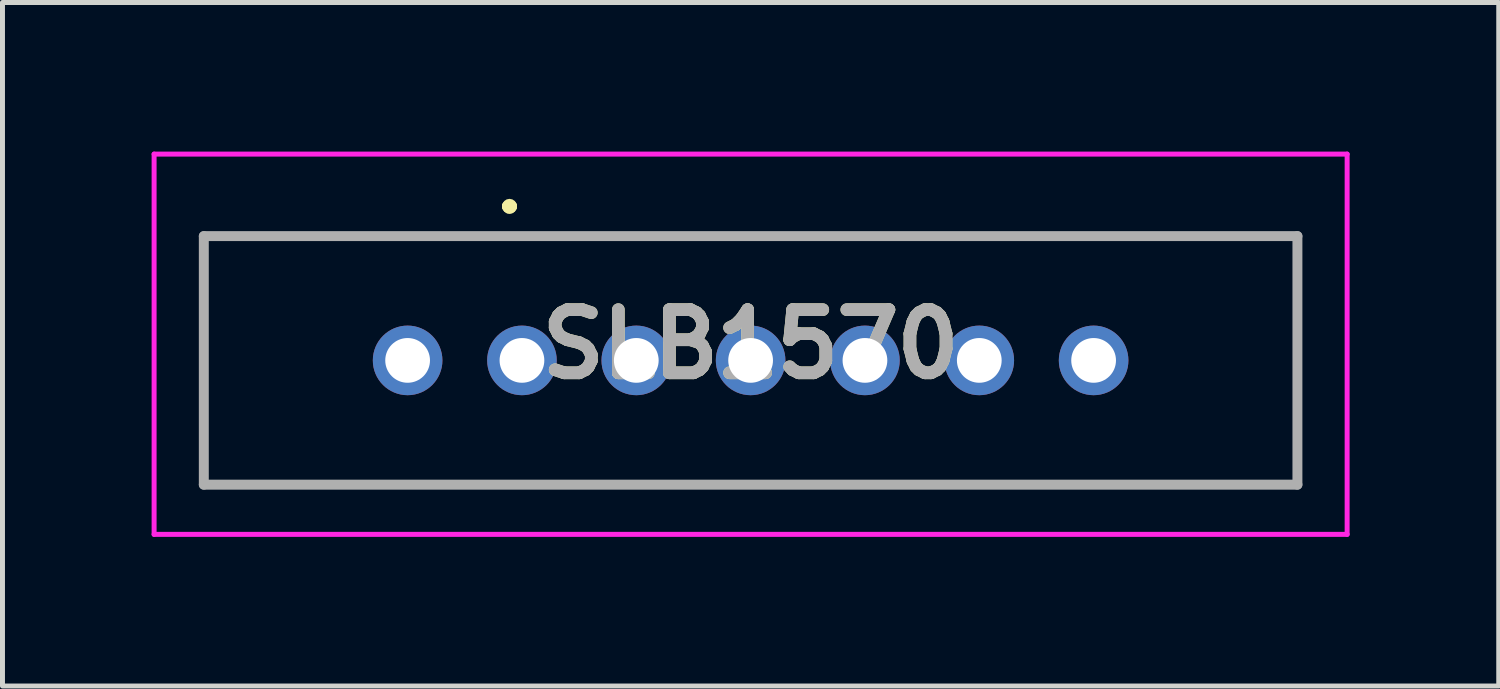
<source format=kicad_pcb>
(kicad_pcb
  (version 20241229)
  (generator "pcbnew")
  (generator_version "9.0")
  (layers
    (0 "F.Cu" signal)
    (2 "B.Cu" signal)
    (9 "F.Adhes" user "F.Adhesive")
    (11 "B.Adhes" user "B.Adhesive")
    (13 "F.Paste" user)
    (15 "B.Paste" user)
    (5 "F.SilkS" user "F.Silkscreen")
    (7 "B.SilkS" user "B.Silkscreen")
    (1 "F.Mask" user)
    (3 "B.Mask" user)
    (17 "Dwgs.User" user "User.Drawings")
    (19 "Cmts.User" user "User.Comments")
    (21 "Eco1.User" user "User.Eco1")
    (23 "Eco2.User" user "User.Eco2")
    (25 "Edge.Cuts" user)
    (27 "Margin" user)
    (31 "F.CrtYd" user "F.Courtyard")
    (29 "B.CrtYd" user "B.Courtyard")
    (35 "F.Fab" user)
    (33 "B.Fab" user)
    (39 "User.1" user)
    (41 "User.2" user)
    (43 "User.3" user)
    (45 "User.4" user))
  (footprint "SLB1570"
    (layer "F.Cu")
    (at 7.45 4.2)
    (property "Reference" "SLB1570" (at 4.6 -0.325 0) (layer "F.SilkS") (effects (font (size 1.27 1.27) (thickness 0.254))))
    (attr through_hole)
    (fp_line (start -6.4 -2.5) (end 15.6 -2.5) (stroke (width 0.1) (type solid)) (layer "F.SilkS"))
    (fp_line (start -6.4 2.5) (end -6.4 -2.5) (stroke (width 0.1) (type solid)) (layer "F.SilkS"))
    (fp_line (start -0.3 -3.1) (end -0.3 -3.1) (stroke (width 0.2) (type solid)) (layer "F.SilkS"))
    (fp_line (start -0.3 -3.1) (end -0.3 -3.1) (stroke (width 0.2) (type solid)) (layer "F.SilkS"))
    (fp_line (start -0.2 -3.1) (end -0.2 -3.1) (stroke (width 0.2) (type solid)) (layer "F.SilkS"))
    (fp_line (start 15.6 -2.5) (end 15.6 2.5) (stroke (width 0.1) (type solid)) (layer "F.SilkS"))
    (fp_line (start 15.6 2.5) (end -6.4 2.5) (stroke (width 0.1) (type solid)) (layer "F.SilkS"))
    (fp_arc (start -0.3 -3.1) (mid -0.25 -3.15) (end -0.2 -3.1) (stroke (width 0.2) (type solid)) (layer "F.SilkS"))
    (fp_arc (start -0.2 -3.1) (mid -0.25 -3.05) (end -0.3 -3.1) (stroke (width 0.2) (type solid)) (layer "F.SilkS"))
    (fp_arc (start -0.2 -3.1) (mid -0.25 -3.05) (end -0.3 -3.1) (stroke (width 0.2) (type solid)) (layer "F.SilkS"))
    (fp_line (start -7.4 -4.15) (end 16.6 -4.15) (stroke (width 0.1) (type solid)) (layer "F.CrtYd"))
    (fp_line (start -7.4 3.5) (end -7.4 -4.15) (stroke (width 0.1) (type solid)) (layer "F.CrtYd"))
    (fp_line (start 16.6 -4.15) (end 16.6 3.5) (stroke (width 0.1) (type solid)) (layer "F.CrtYd"))
    (fp_line (start 16.6 3.5) (end -7.4 3.5) (stroke (width 0.1) (type solid)) (layer "F.CrtYd"))
    (fp_line (start -6.4 -2.5) (end -6.4 2.5) (stroke (width 0.2) (type solid)) (layer "F.Fab"))
    (fp_line (start -6.4 2.5) (end 15.6 2.5) (stroke (width 0.2) (type solid)) (layer "F.Fab"))
    (fp_line (start 15.6 -2.5) (end -6.4 -2.5) (stroke (width 0.2) (type solid)) (layer "F.Fab"))
    (fp_line (start 15.6 2.5) (end 15.6 -2.5) (stroke (width 0.2) (type solid)) (layer "F.Fab"))
    (fp_text user "${REFERENCE}" (at 4.6 -0.325 0) (layer "F.Fab") (effects (font (size 1.27 1.27) (thickness 0.254))))
    (pad "1" thru_hole circle (at 0 0) (size 1.4 1.4) (drill 0.9) (layers "*.Cu" "*.Mask"))
    (pad "2" thru_hole circle (at 2.3 0) (size 1.4 1.4) (drill 0.9) (layers "*.Cu" "*.Mask"))
    (pad "3" thru_hole circle (at 4.6 0) (size 1.4 1.4) (drill 0.9) (layers "*.Cu" "*.Mask"))
    (pad "4" thru_hole circle (at 6.9 0) (size 1.4 1.4) (drill 0.9) (layers "*.Cu" "*.Mask"))
    (pad "5" thru_hole circle (at 9.2 0) (size 1.4 1.4) (drill 0.9) (layers "*.Cu" "*.Mask"))
    (pad "C1" thru_hole circle (at -2.3 0) (size 1.4 1.4) (drill 0.9) (layers "*.Cu" "*.Mask"))
    (pad "C2" thru_hole circle (at 11.5 0) (size 1.4 1.4) (drill 0.9) (layers "*.Cu" "*.Mask")))
  (gr_rect
    (start -3 -3)
    (end 27.1 10.75)
    (stroke (width 0.1) (type default))
    (fill no)
    (layer "Edge.Cuts")))
</source>
